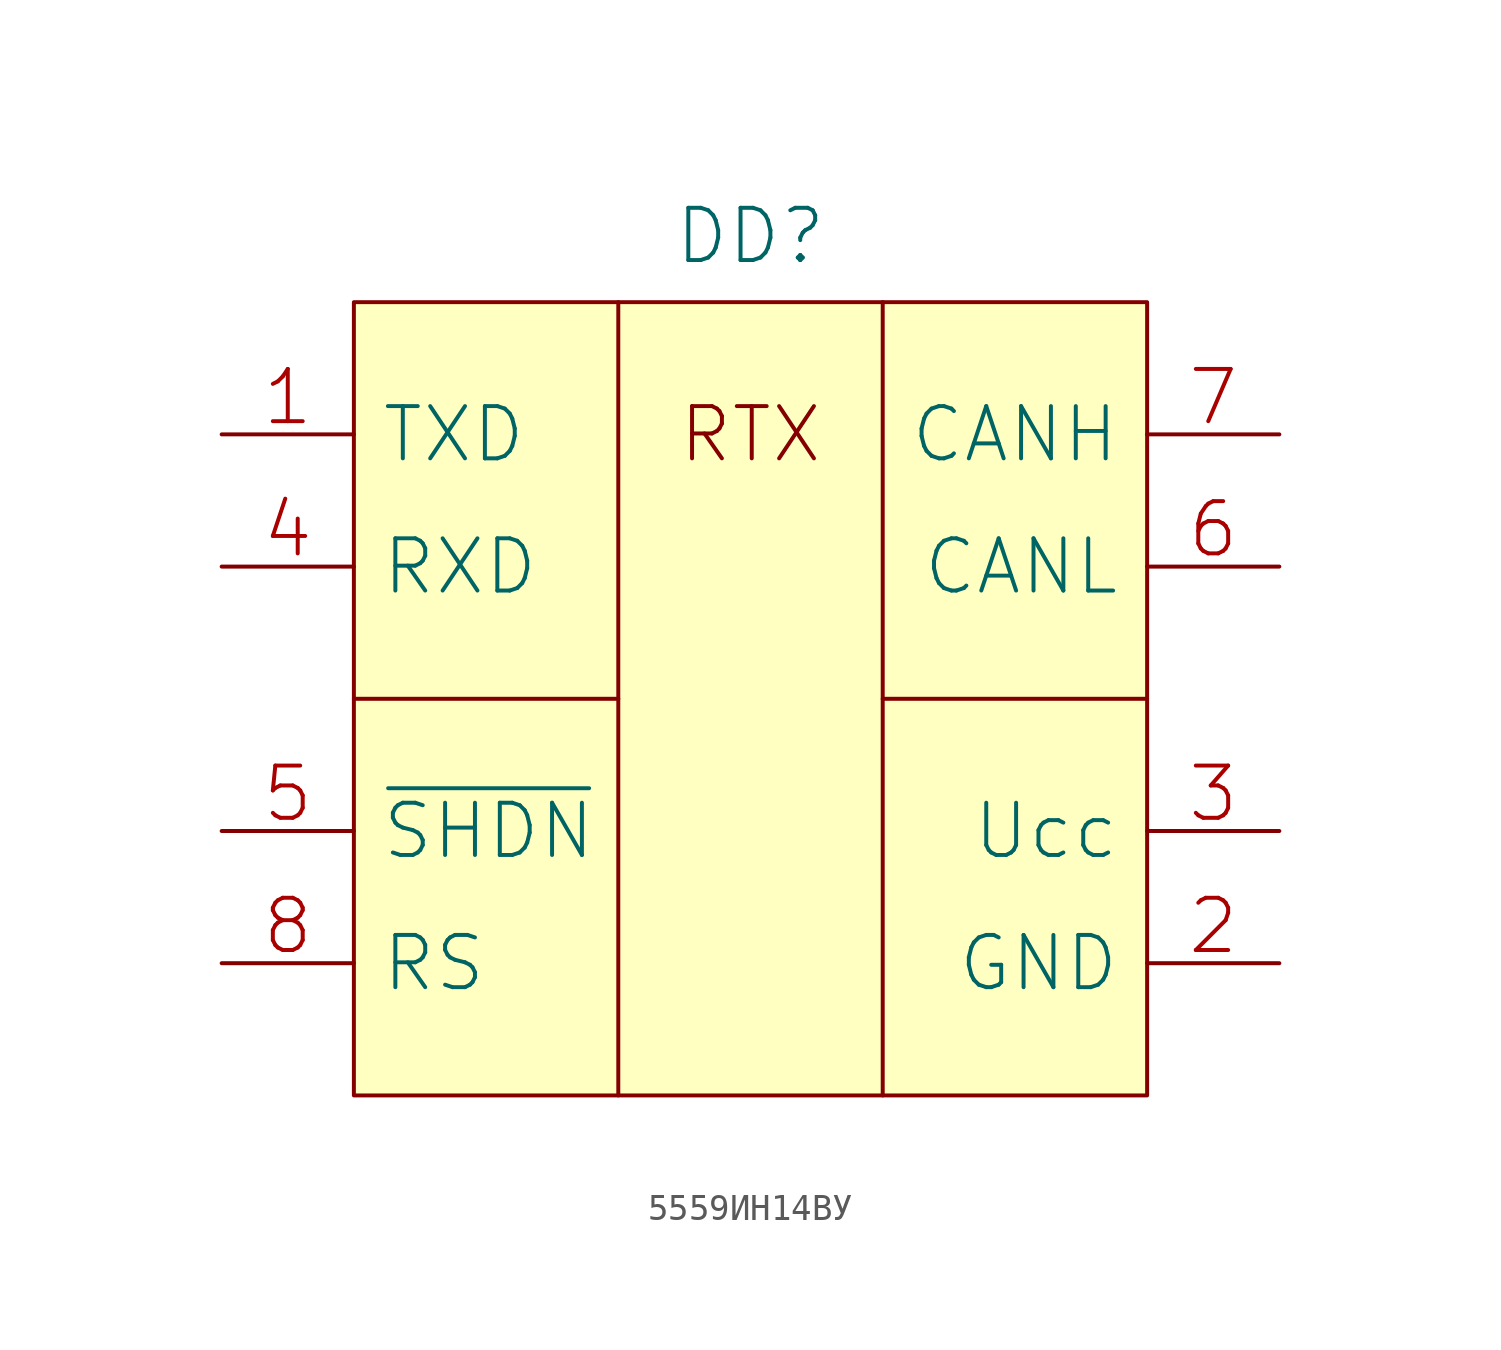
<source format=kicad_sym>
(kicad_symbol_lib
  (version 20231120)
  (generator "kicad_symbol_editor")
  (generator_version "8.0")
  (symbol "5559ИН14ВУ"
    (pin_names
      (offset 1.016))
    (property "Reference" "DD"
      (at 0 17.78 0)
      (effects (font (size 2.007 2.007))))
    (symbol "5559ИН14ВУ_0_0"
      (rectangle (start -15.24 15.24) (end 15.24 -15.24) (stroke (width 0) (type solid)) (fill (type background)))
      (polyline (pts (xy -15.24 0) (xy -5.08 0)) (stroke (width 0) (type solid)) (fill (type none)))
      (polyline (pts (xy -5.08 15.24) (xy -5.08 -15.24)) (stroke (width 0) (type solid)) (fill (type none)))
      (polyline (pts (xy 5.08 0) (xy 15.24 0)) (stroke (width 0) (type solid)) (fill (type none)))
      (polyline (pts (xy 5.08 15.24) (xy 5.08 -15.24)) (stroke (width 0) (type solid)) (fill (type none)))
      (text "RTX" (at 0 10.16 0) (effects (font (size 2.007 2.007)))))
    (symbol "5559ИН14ВУ_1_1"
      (pin input line (at -20.32 10.16 0) (length 5.08) (name "TXD" (effects (font (size 2.007 2.007)))) (number "1" (effects (font (size 2.007 2.007)))))
      (pin power_in line (at 20.32 -10.16 180) (length 5.08) (name "GND" (effects (font (size 2.007 2.007)))) (number "2" (effects (font (size 2.007 2.007)))))
      (pin power_in line (at 20.32 -5.08 180) (length 5.08) (name "Ucc" (effects (font (size 2.007 2.007)))) (number "3" (effects (font (size 2.007 2.007)))))
      (pin output line (at -20.32 5.08 0) (length 5.08) (name "RXD" (effects (font (size 2.007 2.007)))) (number "4" (effects (font (size 2.007 2.007)))))
      (pin input line (at -20.32 -5.08 0) (length 5.08) (name "~{SHDN}" (effects (font (size 2.007 2.007)))) (number "5" (effects (font (size 2.007 2.007)))))
      (pin bidirectional line (at 20.32 5.08 180) (length 5.08) (name "CANL" (effects (font (size 2.007 2.007)))) (number "6" (effects (font (size 2.007 2.007)))))
      (pin bidirectional line (at 20.32 10.16 180) (length 5.08) (name "CANH" (effects (font (size 2.007 2.007)))) (number "7" (effects (font (size 2.007 2.007)))))
      (pin input line (at -20.32 -10.16 0) (length 5.08) (name "RS" (effects (font (size 2.007 2.007)))) (number "8" (effects (font (size 2.007 2.007))))))))
</source>
